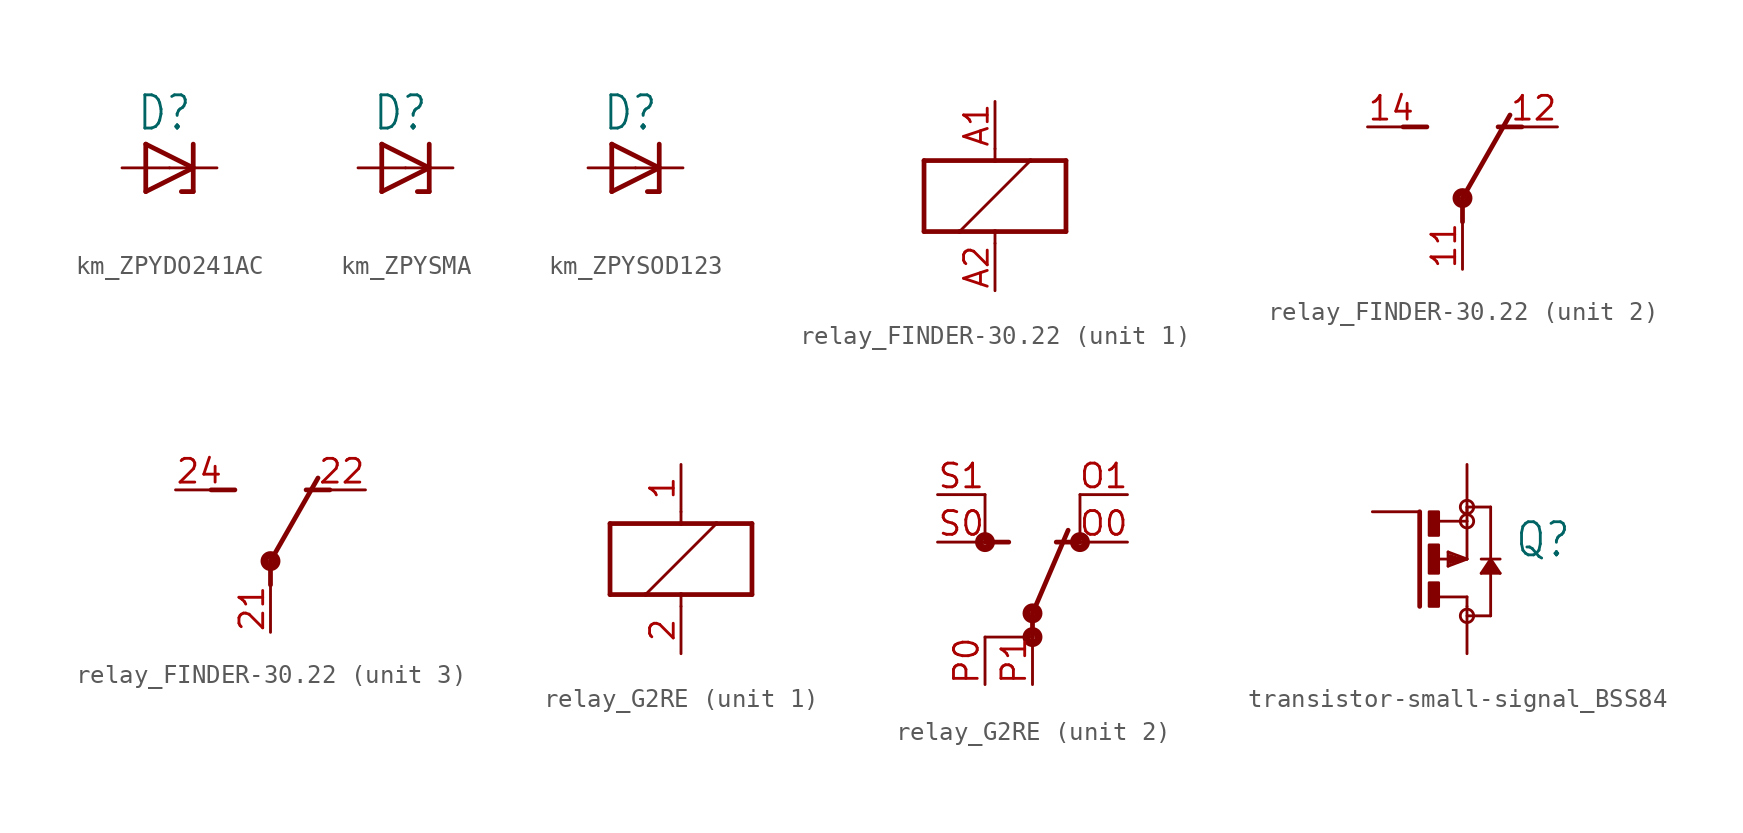
<source format=kicad_sym>
(kicad_symbol_lib
  (version 20231120)
  (generator "kicad_symbol_editor")
  (generator_version "8.0")
  (symbol "km_ZPYDO241AC"
    (property "Reference" "D"
      (at -1.778 1.905 0)
      (effects (font (size 1.778 1.511)) (justify left bottom)))
    (property "Value" ""
      (at -1.778 -3.429 0)
      (effects (font (size 1.778 1.511)) (justify left bottom)))
    (property "ki_locked" ""
      (at 0 0 0)
      (effects (font (size 1.27 1.27))))
    (symbol "km_ZPYDO241AC_1_0"
      (polyline (pts (xy -1.27 -1.27) (xy 1.27 0)) (stroke (width 0.254) (type solid)) (fill (type none)))
      (polyline (pts (xy -1.27 1.27) (xy -1.27 -1.27)) (stroke (width 0.254) (type solid)) (fill (type none)))
      (polyline (pts (xy 1.27 -1.27) (xy 0.635 -1.27)) (stroke (width 0.254) (type solid)) (fill (type none)))
      (polyline (pts (xy 1.27 0) (xy -1.27 1.27)) (stroke (width 0.254) (type solid)) (fill (type none)))
      (polyline (pts (xy 1.27 0) (xy 1.27 -1.27)) (stroke (width 0.254) (type solid)) (fill (type none)))
      (polyline (pts (xy 1.27 1.27) (xy 1.27 0)) (stroke (width 0.254) (type solid)) (fill (type none)))
      (pin passive line (at -2.54 0 0) (length 2.54) (name "A" (effects (font (size 0 0)))) (number "A" (effects (font (size 0 0)))))
      (pin passive line (at 2.54 0 180) (length 2.54) (name "C" (effects (font (size 0 0)))) (number "K" (effects (font (size 0 0)))))))
  (symbol "km_ZPYSMA"
    (property "Reference" "D"
      (at -1.778 1.905 0)
      (effects (font (size 1.778 1.511)) (justify left bottom)))
    (property "Value" ""
      (at -1.778 -3.429 0)
      (effects (font (size 1.778 1.511)) (justify left bottom)))
    (property "ki_locked" ""
      (at 0 0 0)
      (effects (font (size 1.27 1.27))))
    (symbol "km_ZPYSMA_1_0"
      (polyline (pts (xy -1.27 -1.27) (xy 1.27 0)) (stroke (width 0.254) (type solid)) (fill (type none)))
      (polyline (pts (xy -1.27 1.27) (xy -1.27 -1.27)) (stroke (width 0.254) (type solid)) (fill (type none)))
      (polyline (pts (xy 1.27 -1.27) (xy 0.635 -1.27)) (stroke (width 0.254) (type solid)) (fill (type none)))
      (polyline (pts (xy 1.27 0) (xy -1.27 1.27)) (stroke (width 0.254) (type solid)) (fill (type none)))
      (polyline (pts (xy 1.27 0) (xy 1.27 -1.27)) (stroke (width 0.254) (type solid)) (fill (type none)))
      (polyline (pts (xy 1.27 1.27) (xy 1.27 0)) (stroke (width 0.254) (type solid)) (fill (type none)))
      (pin passive line (at -2.54 0 0) (length 2.54) (name "A" (effects (font (size 0 0)))) (number "A" (effects (font (size 0 0)))))
      (pin passive line (at 2.54 0 180) (length 2.54) (name "C" (effects (font (size 0 0)))) (number "C" (effects (font (size 0 0)))))))
  (symbol "km_ZPYSOD123"
    (property "Reference" "D"
      (at -1.778 1.905 0)
      (effects (font (size 1.778 1.511)) (justify left bottom)))
    (property "Value" ""
      (at -1.778 -3.429 0)
      (effects (font (size 1.778 1.511)) (justify left bottom)))
    (property "ki_locked" ""
      (at 0 0 0)
      (effects (font (size 1.27 1.27))))
    (symbol "km_ZPYSOD123_1_0"
      (polyline (pts (xy -1.27 -1.27) (xy 1.27 0)) (stroke (width 0.254) (type solid)) (fill (type none)))
      (polyline (pts (xy -1.27 1.27) (xy -1.27 -1.27)) (stroke (width 0.254) (type solid)) (fill (type none)))
      (polyline (pts (xy 1.27 -1.27) (xy 0.635 -1.27)) (stroke (width 0.254) (type solid)) (fill (type none)))
      (polyline (pts (xy 1.27 0) (xy -1.27 1.27)) (stroke (width 0.254) (type solid)) (fill (type none)))
      (polyline (pts (xy 1.27 0) (xy 1.27 -1.27)) (stroke (width 0.254) (type solid)) (fill (type none)))
      (polyline (pts (xy 1.27 1.27) (xy 1.27 0)) (stroke (width 0.254) (type solid)) (fill (type none)))
      (pin passive line (at -2.54 0 0) (length 2.54) (name "A" (effects (font (size 0 0)))) (number "A" (effects (font (size 0 0)))))
      (pin passive line (at 2.54 0 180) (length 2.54) (name "C" (effects (font (size 0 0)))) (number "C" (effects (font (size 0 0)))))))
  (symbol "relay_FINDER-30.22"
    (property "Reference" "K"
      (at 2.54 0 0)
      (effects (font (size 1.778 1.511)) (justify left bottom) (hide yes)))
    (property "ki_locked" ""
      (at 0 0 0)
      (effects (font (size 1.27 1.27))))
    (symbol "relay_FINDER-30.22_1_0"
      (polyline (pts (xy -3.81 -1.905) (xy -1.905 -1.905)) (stroke (width 0.254) (type solid)) (fill (type none)))
      (polyline (pts (xy -3.81 1.905) (xy -3.81 -1.905)) (stroke (width 0.254) (type solid)) (fill (type none)))
      (polyline (pts (xy -1.905 -1.905) (xy 0 -1.905)) (stroke (width 0.254) (type solid)) (fill (type none)))
      (polyline (pts (xy -1.905 -1.905) (xy 1.905 1.905)) (stroke (width 0.152) (type solid)) (fill (type none)))
      (polyline (pts (xy 0 -2.54) (xy 0 -1.905)) (stroke (width 0.152) (type solid)) (fill (type none)))
      (polyline (pts (xy 0 -1.905) (xy 3.81 -1.905)) (stroke (width 0.254) (type solid)) (fill (type none)))
      (polyline (pts (xy 0 1.905) (xy -3.81 1.905)) (stroke (width 0.254) (type solid)) (fill (type none)))
      (polyline (pts (xy 0 2.54) (xy 0 1.905)) (stroke (width 0.152) (type solid)) (fill (type none)))
      (polyline (pts (xy 1.905 1.905) (xy 0 1.905)) (stroke (width 0.254) (type solid)) (fill (type none)))
      (polyline (pts (xy 3.81 -1.905) (xy 3.81 1.905)) (stroke (width 0.254) (type solid)) (fill (type none)))
      (polyline (pts (xy 3.81 1.905) (xy 1.905 1.905)) (stroke (width 0.254) (type solid)) (fill (type none)))
      (pin passive line (at 0 5.08 270) (length 2.54) (name "1" (effects (font (size 0 0)))) (number "A1" (effects (font (size 1.27 1.27)))))
      (pin passive line (at 0 -5.08 90) (length 2.54) (name "2" (effects (font (size 0 0)))) (number "A2" (effects (font (size 1.27 1.27))))))
    (symbol "relay_FINDER-30.22_2_0"
      (polyline (pts (xy -3.175 5.08) (xy -1.905 5.08)) (stroke (width 0.254) (type solid)) (fill (type none)))
      (polyline (pts (xy 0 1.27) (xy 0 0)) (stroke (width 0.254) (type solid)) (fill (type none)))
      (polyline (pts (xy 0 1.27) (xy 2.54 5.715)) (stroke (width 0.254) (type solid)) (fill (type none)))
      (polyline (pts (xy 3.175 5.08) (xy 1.905 5.08)) (stroke (width 0.254) (type solid)) (fill (type none)))
      (circle (center 0 1.27) (radius 0.127) (stroke (width 0.406) (type solid)) (fill (type none)))
      (pin passive line (at 0 -2.54 90) (length 2.54) (name "P" (effects (font (size 0 0)))) (number "11" (effects (font (size 1.27 1.27)))))
      (pin passive line (at 5.08 5.08 180) (length 2.54) (name "O" (effects (font (size 0 0)))) (number "12" (effects (font (size 1.27 1.27)))))
      (pin passive line (at -5.08 5.08 0) (length 2.54) (name "S" (effects (font (size 0 0)))) (number "14" (effects (font (size 1.27 1.27))))))
    (symbol "relay_FINDER-30.22_3_0"
      (polyline (pts (xy -3.175 5.08) (xy -1.905 5.08)) (stroke (width 0.254) (type solid)) (fill (type none)))
      (polyline (pts (xy 0 1.27) (xy 0 0)) (stroke (width 0.254) (type solid)) (fill (type none)))
      (polyline (pts (xy 0 1.27) (xy 2.54 5.715)) (stroke (width 0.254) (type solid)) (fill (type none)))
      (polyline (pts (xy 3.175 5.08) (xy 1.905 5.08)) (stroke (width 0.254) (type solid)) (fill (type none)))
      (circle (center 0 1.27) (radius 0.127) (stroke (width 0.406) (type solid)) (fill (type none)))
      (pin passive line (at 0 -2.54 90) (length 2.54) (name "P" (effects (font (size 0 0)))) (number "21" (effects (font (size 1.27 1.27)))))
      (pin passive line (at 5.08 5.08 180) (length 2.54) (name "O" (effects (font (size 0 0)))) (number "22" (effects (font (size 1.27 1.27)))))
      (pin passive line (at -5.08 5.08 0) (length 2.54) (name "S" (effects (font (size 0 0)))) (number "24" (effects (font (size 1.27 1.27)))))))
  (symbol "relay_G2RE"
    (property "Reference" "K"
      (at 2.54 2.54 0)
      (effects (font (size 1.778 1.511)) (justify left bottom) (hide yes)))
    (property "ki_locked" ""
      (at 0 0 0)
      (effects (font (size 1.27 1.27))))
    (symbol "relay_G2RE_1_0"
      (polyline (pts (xy -3.81 -1.905) (xy -1.905 -1.905)) (stroke (width 0.254) (type solid)) (fill (type none)))
      (polyline (pts (xy -3.81 1.905) (xy -3.81 -1.905)) (stroke (width 0.254) (type solid)) (fill (type none)))
      (polyline (pts (xy -1.905 -1.905) (xy 0 -1.905)) (stroke (width 0.254) (type solid)) (fill (type none)))
      (polyline (pts (xy -1.905 -1.905) (xy 1.905 1.905)) (stroke (width 0.152) (type solid)) (fill (type none)))
      (polyline (pts (xy 0 -2.54) (xy 0 -1.905)) (stroke (width 0.152) (type solid)) (fill (type none)))
      (polyline (pts (xy 0 -1.905) (xy 3.81 -1.905)) (stroke (width 0.254) (type solid)) (fill (type none)))
      (polyline (pts (xy 0 1.905) (xy -3.81 1.905)) (stroke (width 0.254) (type solid)) (fill (type none)))
      (polyline (pts (xy 0 2.54) (xy 0 1.905)) (stroke (width 0.152) (type solid)) (fill (type none)))
      (polyline (pts (xy 1.905 1.905) (xy 0 1.905)) (stroke (width 0.254) (type solid)) (fill (type none)))
      (polyline (pts (xy 3.81 -1.905) (xy 3.81 1.905)) (stroke (width 0.254) (type solid)) (fill (type none)))
      (polyline (pts (xy 3.81 1.905) (xy 1.905 1.905)) (stroke (width 0.254) (type solid)) (fill (type none)))
      (pin passive line (at 0 5.08 270) (length 2.54) (name "1" (effects (font (size 0 0)))) (number "1" (effects (font (size 1.27 1.27)))))
      (pin passive line (at 0 -5.08 90) (length 2.54) (name "2" (effects (font (size 0 0)))) (number "2" (effects (font (size 1.27 1.27))))))
    (symbol "relay_G2RE_2_0"
      (circle (center -2.54 5.08) (radius 0.127) (stroke (width 0.406) (type solid)) (fill (type none)))
      (polyline (pts (xy -2.54 0) (xy 0 0)) (stroke (width 0.152) (type solid)) (fill (type none)))
      (polyline (pts (xy -2.54 5.08) (xy -1.27 5.08)) (stroke (width 0.254) (type solid)) (fill (type none)))
      (polyline (pts (xy -2.54 7.62) (xy -2.54 5.08)) (stroke (width 0.152) (type solid)) (fill (type none)))
      (polyline (pts (xy 0 0) (xy 0 1.27)) (stroke (width 0.254) (type solid)) (fill (type none)))
      (polyline (pts (xy 0 1.27) (xy 1.905 5.715)) (stroke (width 0.254) (type solid)) (fill (type none)))
      (polyline (pts (xy 2.54 5.08) (xy 1.27 5.08)) (stroke (width 0.254) (type solid)) (fill (type none)))
      (polyline (pts (xy 2.54 7.62) (xy 2.54 5.08)) (stroke (width 0.152) (type solid)) (fill (type none)))
      (circle (center 0 0) (radius 0.127) (stroke (width 0.406) (type solid)) (fill (type none)))
      (circle (center 0 1.27) (radius 0.127) (stroke (width 0.406) (type solid)) (fill (type none)))
      (circle (center 2.54 5.08) (radius 0.127) (stroke (width 0.406) (type solid)) (fill (type none)))
      (pin passive line (at 5.08 5.08 180) (length 2.54) (name "O" (effects (font (size 0 0)))) (number "O0" (effects (font (size 1.27 1.27)))))
      (pin passive line (at 5.08 7.62 180) (length 2.54) (name "O@1" (effects (font (size 0 0)))) (number "O1" (effects (font (size 1.27 1.27)))))
      (pin passive line (at -2.54 -2.54 90) (length 2.54) (name "P@1" (effects (font (size 0 0)))) (number "P0" (effects (font (size 1.27 1.27)))))
      (pin passive line (at 0 -2.54 90) (length 2.54) (name "P" (effects (font (size 0 0)))) (number "P1" (effects (font (size 1.27 1.27)))))
      (pin passive line (at -5.08 5.08 0) (length 2.54) (name "S" (effects (font (size 0 0)))) (number "S0" (effects (font (size 1.27 1.27)))))
      (pin passive line (at -5.08 7.62 0) (length 2.54) (name "S@1" (effects (font (size 0 0)))) (number "S1" (effects (font (size 1.27 1.27)))))))
  (symbol "transistor-small-signal_BSS84"
    (property "Reference" "Q"
      (at 2.54 0 0)
      (effects (font (size 1.778 1.511)) (justify left bottom)))
    (property "Value" ""
      (at 2.54 -2.54 0)
      (effects (font (size 1.778 1.511)) (justify left bottom)))
    (property "ki_locked" ""
      (at 0 0 0)
      (effects (font (size 1.27 1.27))))
    (symbol "transistor-small-signal_BSS84_1_0"
      (rectangle (start -2.032 -2.54) (end -1.524 -1.27) (stroke (width 0) (type default)) (fill (type outline)))
      (rectangle (start -2.032 -0.762) (end -1.524 0.762) (stroke (width 0) (type default)) (fill (type outline)))
      (rectangle (start -2.032 1.27) (end -1.524 2.54) (stroke (width 0) (type default)) (fill (type outline)))
      (circle (center 0 -3.048) (radius 0.359) (stroke (width 0) (type solid)) (fill (type none)))
      (polyline (pts (xy -2.54 2.54) (xy -2.54 -2.54)) (stroke (width 0.254) (type solid)) (fill (type none)))
      (polyline (pts (xy -1.524 -2.032) (xy 0 -2.032)) (stroke (width 0.152) (type solid)) (fill (type none)))
      (polyline (pts (xy -1.524 0) (xy -0.508 0)) (stroke (width 0.152) (type solid)) (fill (type none)))
      (polyline (pts (xy -1.524 2.032) (xy 0 2.032)) (stroke (width 0.152) (type solid)) (fill (type none)))
      (polyline (pts (xy -1.016 -0.381) (xy 0 0)) (stroke (width 0.152) (type solid)) (fill (type none)))
      (polyline (pts (xy -1.016 0.381) (xy -1.016 -0.381)) (stroke (width 0.152) (type solid)) (fill (type none)))
      (polyline (pts (xy -0.889 -0.127) (xy -0.889 0.127)) (stroke (width 0.254) (type solid)) (fill (type none)))
      (polyline (pts (xy -0.889 0.127) (xy -0.508 0)) (stroke (width 0.254) (type solid)) (fill (type none)))
      (polyline (pts (xy -0.508 0) (xy -0.381 0)) (stroke (width 0.152) (type solid)) (fill (type none)))
      (polyline (pts (xy -0.381 0) (xy -0.889 -0.127)) (stroke (width 0.254) (type solid)) (fill (type none)))
      (polyline (pts (xy -0.381 0) (xy 0 0)) (stroke (width 0.152) (type solid)) (fill (type none)))
      (polyline (pts (xy 0 -3.048) (xy 1.27 -3.048)) (stroke (width 0.152) (type solid)) (fill (type none)))
      (polyline (pts (xy 0 -2.032) (xy 0 -2.54)) (stroke (width 0.152) (type solid)) (fill (type none)))
      (polyline (pts (xy 0 0) (xy -1.016 0.381)) (stroke (width 0.152) (type solid)) (fill (type none)))
      (polyline (pts (xy 0 0) (xy 0 2.032)) (stroke (width 0.152) (type solid)) (fill (type none)))
      (polyline (pts (xy 0 2.032) (xy 0 2.794)) (stroke (width 0.152) (type solid)) (fill (type none)))
      (polyline (pts (xy 0.762 -0.762) (xy 1.778 -0.762)) (stroke (width 0.152) (type solid)) (fill (type none)))
      (polyline (pts (xy 0.762 0) (xy 1.778 0)) (stroke (width 0.152) (type solid)) (fill (type none)))
      (polyline (pts (xy 1.016 -0.635) (xy 1.524 -0.635)) (stroke (width 0.254) (type solid)) (fill (type none)))
      (polyline (pts (xy 1.27 -3.048) (xy 1.27 -0.254)) (stroke (width 0.152) (type solid)) (fill (type none)))
      (polyline (pts (xy 1.27 -0.254) (xy 1.016 -0.635)) (stroke (width 0.254) (type solid)) (fill (type none)))
      (polyline (pts (xy 1.27 -0.254) (xy 1.27 0)) (stroke (width 0.152) (type solid)) (fill (type none)))
      (polyline (pts (xy 1.27 0) (xy 0.762 -0.762)) (stroke (width 0.152) (type solid)) (fill (type none)))
      (polyline (pts (xy 1.27 0) (xy 1.27 2.794)) (stroke (width 0.152) (type solid)) (fill (type none)))
      (polyline (pts (xy 1.27 2.794) (xy 0 2.794)) (stroke (width 0.152) (type solid)) (fill (type none)))
      (polyline (pts (xy 1.524 -0.635) (xy 1.27 -0.254)) (stroke (width 0.254) (type solid)) (fill (type none)))
      (polyline (pts (xy 1.778 -0.762) (xy 1.27 0)) (stroke (width 0.152) (type solid)) (fill (type none)))
      (circle (center 0 2.032) (radius 0.359) (stroke (width 0) (type solid)) (fill (type none)))
      (circle (center 0 2.794) (radius 0.359) (stroke (width 0) (type solid)) (fill (type none)))
      (pin passive line (at -5.08 2.54 0) (length 2.54) (name "G" (effects (font (size 0 0)))) (number "1" (effects (font (size 0 0)))))
      (pin passive line (at 0 5.08 270) (length 2.54) (name "S" (effects (font (size 0 0)))) (number "2" (effects (font (size 0 0)))))
      (pin passive line (at 0 -5.08 90) (length 2.54) (name "D" (effects (font (size 0 0)))) (number "3" (effects (font (size 0 0))))))))
</source>
